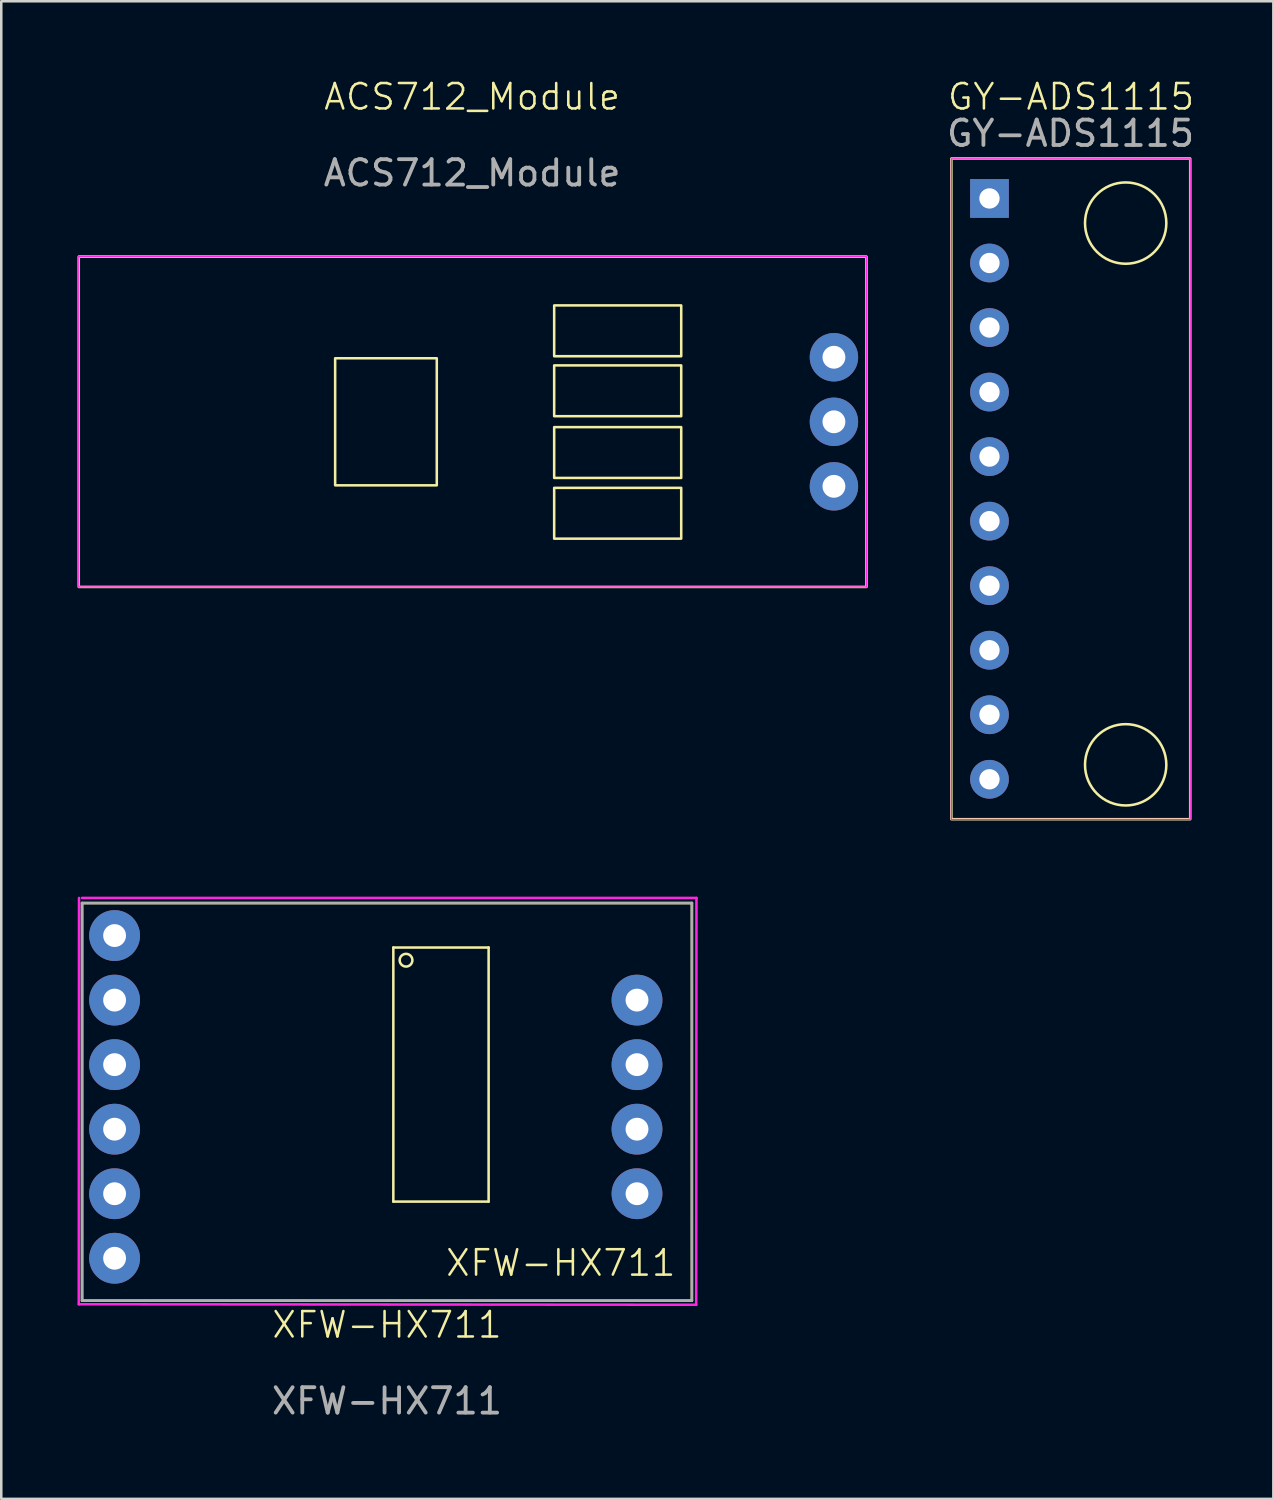
<source format=kicad_pcb>
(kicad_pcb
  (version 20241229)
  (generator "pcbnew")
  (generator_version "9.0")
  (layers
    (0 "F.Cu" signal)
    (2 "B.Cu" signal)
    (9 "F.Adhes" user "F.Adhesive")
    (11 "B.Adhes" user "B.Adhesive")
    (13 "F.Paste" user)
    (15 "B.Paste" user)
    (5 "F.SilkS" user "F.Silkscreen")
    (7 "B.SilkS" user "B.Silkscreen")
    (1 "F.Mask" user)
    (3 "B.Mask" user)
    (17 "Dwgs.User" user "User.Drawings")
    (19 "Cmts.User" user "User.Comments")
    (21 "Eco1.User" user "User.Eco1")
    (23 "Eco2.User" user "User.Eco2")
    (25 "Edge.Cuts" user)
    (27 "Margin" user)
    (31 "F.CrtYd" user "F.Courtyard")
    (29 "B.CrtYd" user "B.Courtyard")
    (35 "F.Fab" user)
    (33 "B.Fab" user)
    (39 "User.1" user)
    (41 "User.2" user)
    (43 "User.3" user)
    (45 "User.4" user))
  (footprint "XFW-HX711"
    (layer "F.Cu")
    (at 12.18 39.99)
    (property "Reference" "XFW-HX711" (at 0 9.1 0) (unlocked yes) (layer "F.SilkS") (effects (font (size 1 1) (thickness 0.1))))
    (attr smd)
    (fp_line (start -12 -7.5) (end -12 8.15) (stroke (width 0.1) (type solid)) (layer "F.SilkS"))
    (fp_line (start -12 -7.5) (end 12 -7.5) (stroke (width 0.1) (type default)) (layer "F.SilkS"))
    (fp_line (start -12 8.15) (end 12 8.15) (stroke (width 0.1) (type solid)) (layer "F.SilkS"))
    (fp_line (start 0.25 -5.75) (end 0.25 4.25) (stroke (width 0.1) (type default)) (layer "F.SilkS"))
    (fp_line (start 0.25 -5.75) (end 4 -5.75) (stroke (width 0.1) (type default)) (layer "F.SilkS"))
    (fp_line (start 4 -5.75) (end 4 4.25) (stroke (width 0.1) (type default)) (layer "F.SilkS"))
    (fp_line (start 4 4.25) (end 0.25 4.25) (stroke (width 0.1) (type default)) (layer "F.SilkS"))
    (fp_line (start 12 8.15) (end 12 -7.5) (stroke (width 0.1) (type solid)) (layer "F.SilkS"))
    (fp_circle (center 0.75 -5.25) (end 1 -5.25) (stroke (width 0.1) (type default)) (fill no) (layer "F.SilkS"))
    (fp_line (start -12.12 -7.7) (end -12 -7.7) (stroke (width 0.1) (type default)) (layer "Margin"))
    (fp_line (start -12.13 8.29) (end -12.12 -7.7) (stroke (width 0.1) (type solid)) (layer "F.CrtYd"))
    (fp_line (start -12 -7.7) (end 12.18 -7.7) (stroke (width 0.1) (type solid)) (layer "F.CrtYd"))
    (fp_line (start 12.17 8.31) (end -12.13 8.29) (stroke (width 0.1) (type solid)) (layer "F.CrtYd"))
    (fp_line (start 12.18 -7.7) (end 12.17 8.31) (stroke (width 0.1) (type solid)) (layer "F.CrtYd"))
    (fp_line (start -12 -7.5) (end 12 -7.5) (stroke (width 0.1) (type default)) (layer "F.Fab"))
    (fp_line (start -12 8.15) (end -12 -7.5) (stroke (width 0.1) (type default)) (layer "F.Fab"))
    (fp_line (start 12 -7.5) (end 12 8.15) (stroke (width 0.1) (type default)) (layer "F.Fab"))
    (fp_line (start 12 8.15) (end -12 8.15) (stroke (width 0.1) (type default)) (layer "F.Fab"))
    (fp_text user "XFW-HX711" (at 2.25 7.25 0) (unlocked yes) (layer "F.SilkS") (effects (font (size 1 1) (thickness 0.1)) (justify left bottom)))
    (fp_text user "${REFERENCE}" (at 0 12.1 0) (unlocked yes) (layer "F.Fab") (effects (font (size 1 1) (thickness 0.15))))
    (pad "1" thru_hole circle (at -10.72 -6.22) (size 2 2) (drill 0.9) (layers "*.Cu" "*.Mask"))
    (pad "2" thru_hole circle (at -10.72 -3.68) (size 2 2) (drill 0.9) (layers "*.Cu" "*.Mask"))
    (pad "3" thru_hole circle (at -10.72 -1.14) (size 2 2) (drill 0.9) (layers "*.Cu" "*.Mask"))
    (pad "4" thru_hole circle (at -10.72 1.4) (size 2 2) (drill 0.9) (layers "*.Cu" "*.Mask"))
    (pad "5" thru_hole circle (at -10.72 3.94) (size 2 2) (drill 0.9) (layers "*.Cu" "*.Mask"))
    (pad "6" thru_hole circle (at -10.72 6.48) (size 2 2) (drill 0.9) (layers "*.Cu" "*.Mask"))
    (pad "7" thru_hole circle (at 9.84 -3.68) (size 2 2) (drill 0.9) (layers "*.Cu" "*.Mask"))
    (pad "8" thru_hole circle (at 9.84 -1.14) (size 2 2) (drill 0.9) (layers "*.Cu" "*.Mask"))
    (pad "9" thru_hole circle (at 9.84 1.4) (size 2 2) (drill 0.9) (layers "*.Cu" "*.Mask"))
    (pad "10" thru_hole circle (at 9.84 3.94) (size 2 2) (drill 0.9) (layers "*.Cu" "*.Mask")))
  (footprint "GY-ADS1115"
    (layer "F.Cu")
    (at 39.092 16.39)
    (property "Reference" "GY-ADS1115" (at 0.01 -15.63 0) (unlocked yes) (layer "F.SilkS") (effects (font (size 1 1) (thickness 0.1))))
    (attr through_hole)
    (fp_rect (start -4.7 -13.2) (end 4.7 12.8) (stroke (width 0.1) (type solid)) (fill no) (layer "F.SilkS"))
    (fp_circle (center 2.16 -10.66) (end 3.76 -10.66) (stroke (width 0.1) (type solid)) (fill no) (layer "F.SilkS"))
    (fp_circle (center 2.16 10.66) (end 3.76 10.66) (stroke (width 0.1) (type solid)) (fill no) (layer "F.SilkS"))
    (fp_rect (start -4.7 -13.19) (end 4.7 12.81) (stroke (width 0.05) (type solid)) (fill no) (layer "F.CrtYd"))
    (fp_text user "${REFERENCE}" (at -0.01 -14.19 0) (unlocked yes) (layer "F.Fab") (effects (font (size 1 1) (thickness 0.15))))
    (pad "1" thru_hole rect (at -3.2 -11.63) (size 1.524 1.524) (drill 0.8) (layers "*.Cu" "*.Mask"))
    (pad "2" thru_hole circle (at -3.2 -9.09) (size 1.524 1.524) (drill 0.8) (layers "*.Cu" "*.Mask"))
    (pad "3" thru_hole circle (at -3.2 -6.55) (size 1.524 1.524) (drill 0.8) (layers "*.Cu" "*.Mask"))
    (pad "4" thru_hole circle (at -3.2 -4.01) (size 1.524 1.524) (drill 0.8) (layers "*.Cu" "*.Mask"))
    (pad "5" thru_hole circle (at -3.2 -1.47) (size 1.524 1.524) (drill 0.8) (layers "*.Cu" "*.Mask"))
    (pad "6" thru_hole circle (at -3.2 1.07) (size 1.524 1.524) (drill 0.8) (layers "*.Cu" "*.Mask"))
    (pad "7" thru_hole circle (at -3.2 3.61) (size 1.524 1.524) (drill 0.8) (layers "*.Cu" "*.Mask"))
    (pad "8" thru_hole circle (at -3.2 6.15) (size 1.524 1.524) (drill 0.8) (layers "*.Cu" "*.Mask"))
    (pad "9" thru_hole circle (at -3.2 8.69) (size 1.524 1.524) (drill 0.8) (layers "*.Cu" "*.Mask"))
    (pad "10" thru_hole circle (at -3.2 11.23) (size 1.524 1.524) (drill 0.8) (layers "*.Cu" "*.Mask")))
  (footprint "ACS712_Module"
    (layer "F.Cu")
    (at 15.55 13.55)
    (property "Reference" "ACS712_Module" (at -0.02 -12.79 0) (unlocked yes) (layer "F.SilkS") (effects (font (size 1 1) (thickness 0.1))))
    (attr smd)
    (fp_rect (start -5.41 -2.5) (end -1.41 2.5) (stroke (width 0.1) (type default)) (fill no) (layer "F.SilkS"))
    (fp_rect (start 3.21 -4.58) (end 8.21 -2.58) (stroke (width 0.1) (type default)) (fill no) (layer "F.SilkS"))
    (fp_rect (start 3.21 -2.22) (end 8.21 -0.22) (stroke (width 0.1) (type default)) (fill no) (layer "F.SilkS"))
    (fp_rect (start 3.21 0.21) (end 8.21 2.21) (stroke (width 0.1) (type default)) (fill no) (layer "F.SilkS"))
    (fp_rect (start 3.21 2.6) (end 8.21 4.6) (stroke (width 0.1) (type default)) (fill no) (layer "F.SilkS"))
    (fp_rect (start 15.5 -6.5) (end -15.5 6.5) (stroke (width 0.1) (type default)) (fill no) (layer "F.SilkS"))
    (fp_line (start -15.5 -6.5) (end -15.5 6.5) (stroke (width 0.05) (type default)) (layer "F.CrtYd"))
    (fp_line (start -15.5 6.5) (end 15.5 6.5) (stroke (width 0.05) (type default)) (layer "F.CrtYd"))
    (fp_line (start 15.5 -6.5) (end -15.5 -6.5) (stroke (width 0.05) (type default)) (layer "F.CrtYd"))
    (fp_line (start 15.5 6.5) (end 15.5 -6.5) (stroke (width 0.05) (type default)) (layer "F.CrtYd"))
    (fp_text user "${REFERENCE}" (at -0.02 -9.79 0) (unlocked yes) (layer "F.Fab") (effects (font (size 1 1) (thickness 0.15))))
    (pad "1" thru_hole circle (at 14.22 -2.54) (size 1.905 1.905) (drill 0.9) (layers "*.Cu" "*.Mask"))
    (pad "2" thru_hole circle (at 14.22 0) (size 1.905 1.905) (drill 0.9) (layers "*.Cu" "*.Mask"))
    (pad "3" thru_hole circle (at 14.22 2.54) (size 1.905 1.905) (drill 0.9) (layers "*.Cu" "*.Mask")))
  (gr_rect
    (start -3 -3)
    (end 47.064 55.939)
    (stroke (width 0.1) (type default))
    (fill no)
    (layer "Edge.Cuts")))
</source>
